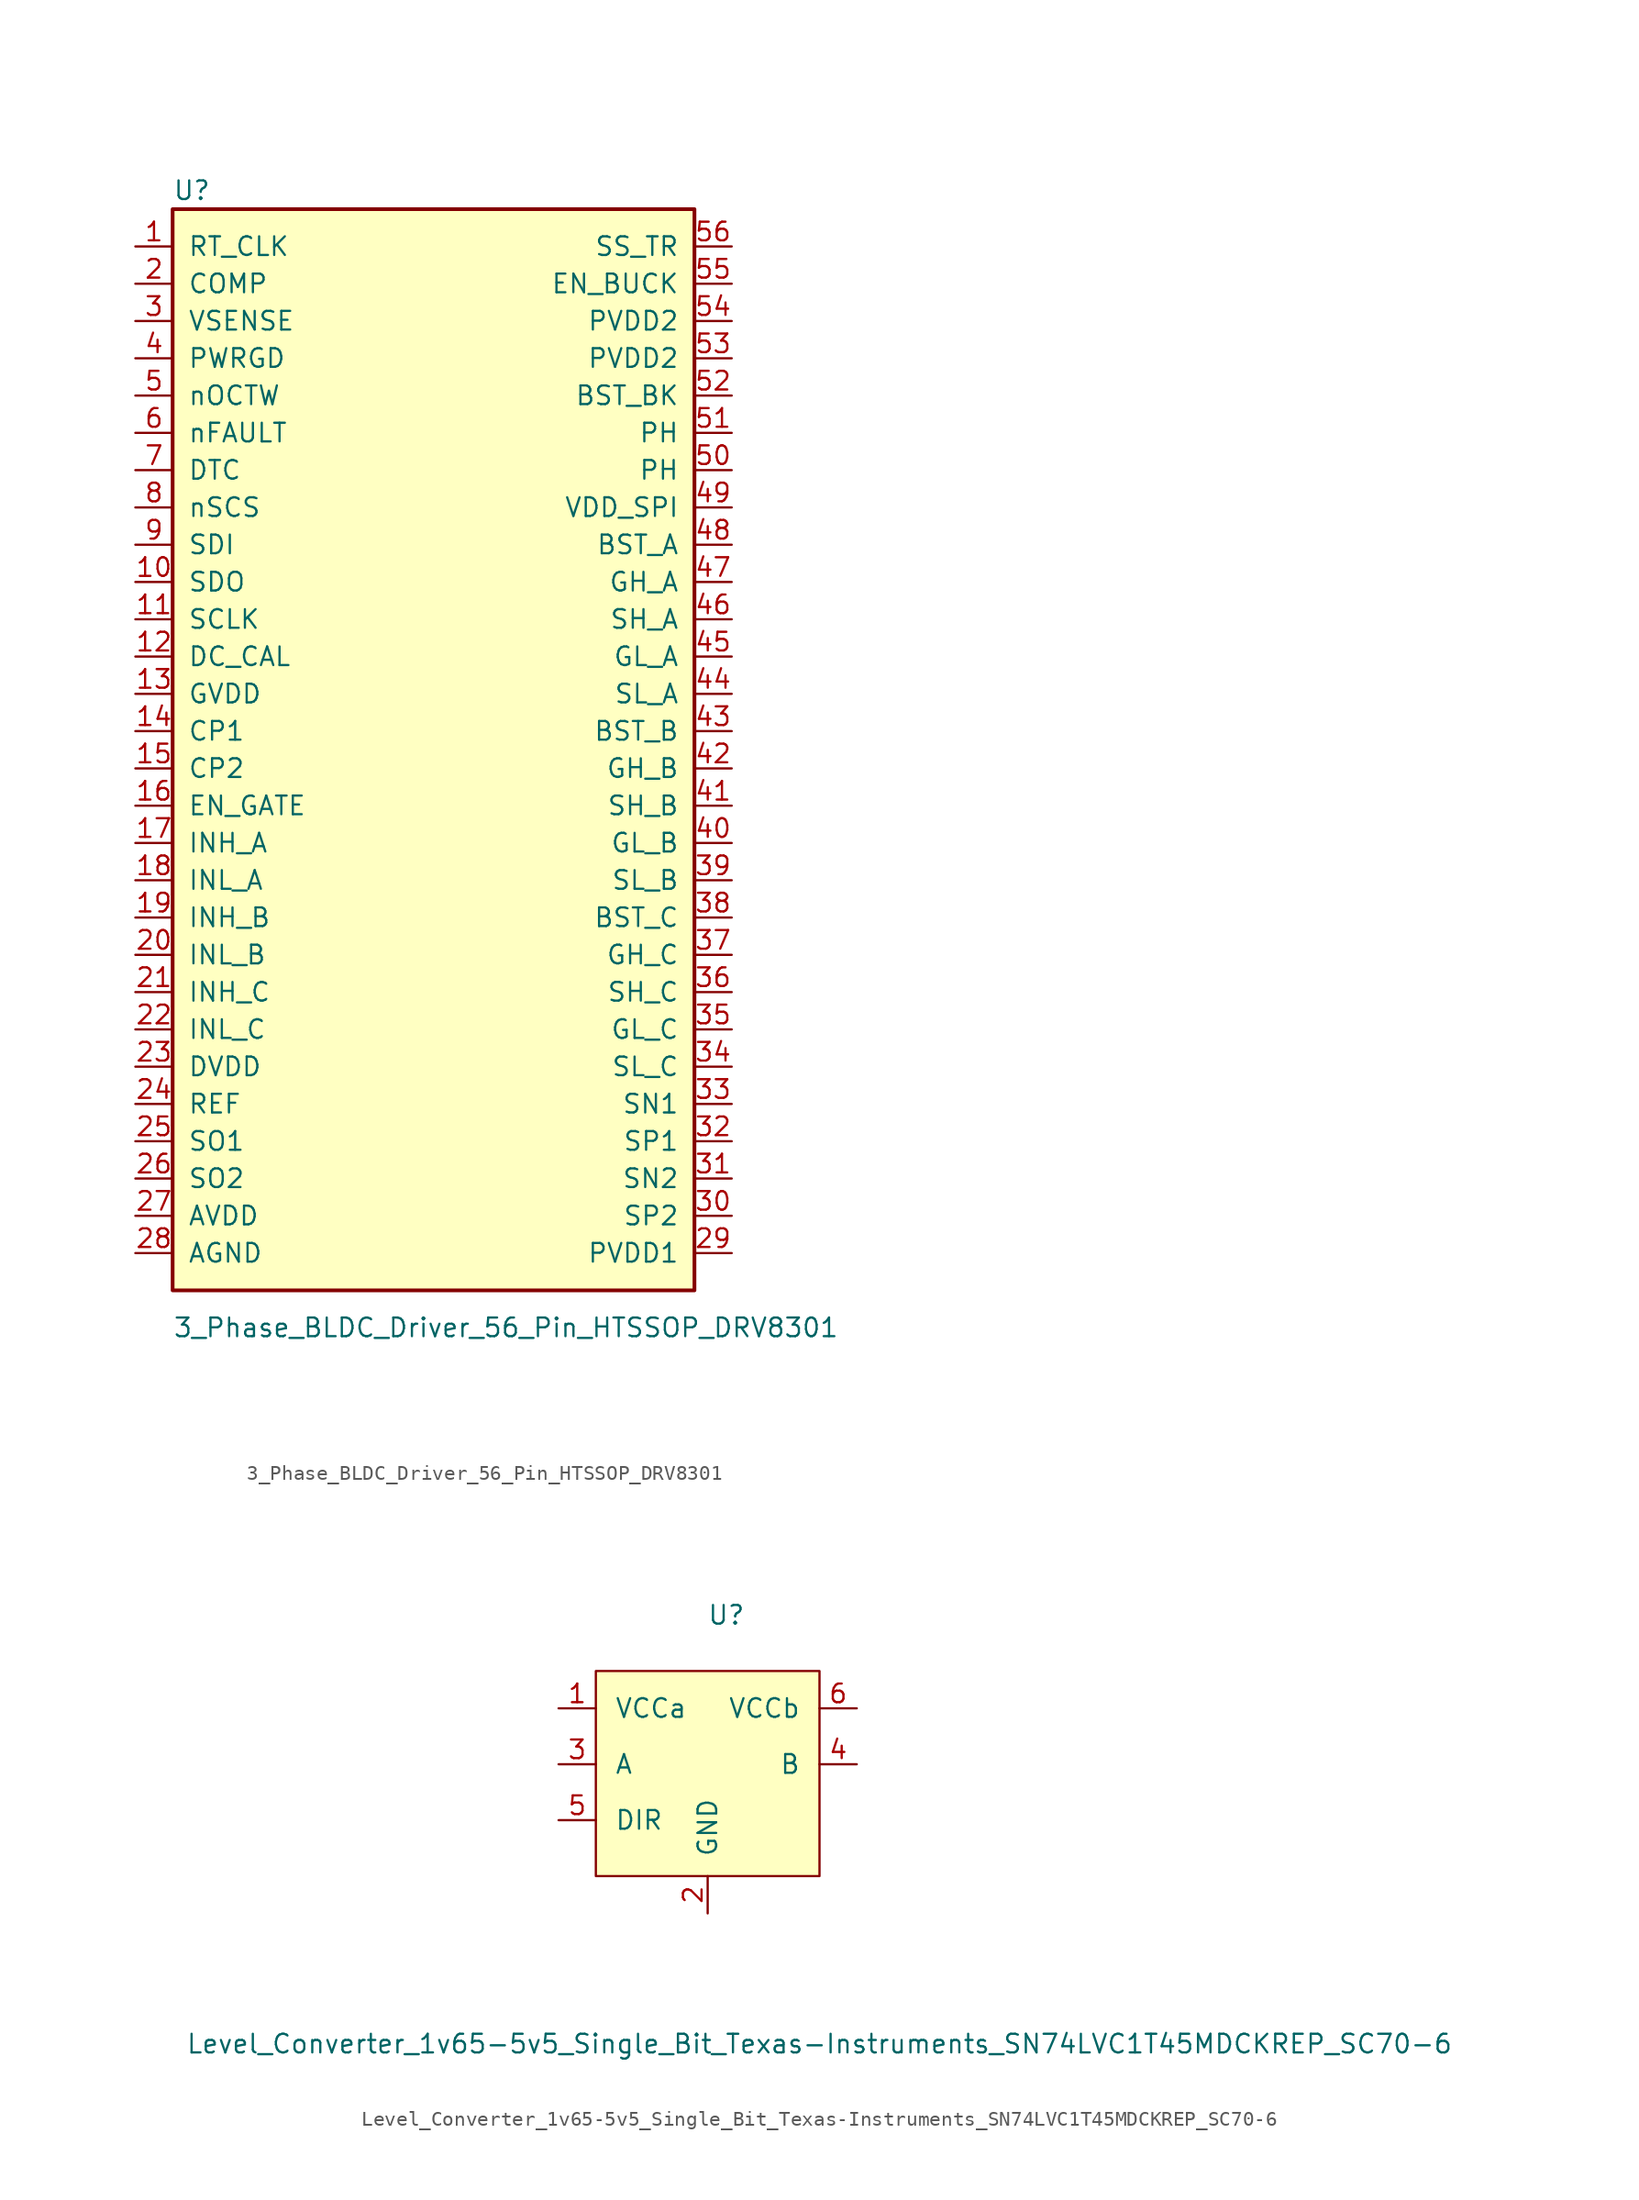
<source format=kicad_sym>
(kicad_symbol_lib
  (version 20211014)
  (generator kicad_symbol_editor)
  (symbol "3_Phase_BLDC_Driver_56_Pin_HTSSOP_DRV8301"
    (pin_names
      (offset 1.016))
    (property "Reference" "U"
      (at -17.78 36.83 0)
      (effects (font (size 1.27 1.27)) (justify left)))
    (property "Value" "3_Phase_BLDC_Driver_56_Pin_HTSSOP_DRV8301"
      (at -17.78 -40.64 0)
      (effects (font (size 1.27 1.27)) (justify left)))
    (symbol "3_Phase_BLDC_Driver_56_Pin_HTSSOP_DRV8301_0_1"
      (rectangle (start -17.78 35.56) (end 17.78 -38.1) (stroke (width 0.254) (type default) (color 0 0 0 0)) (fill (type background))))
    (symbol "3_Phase_BLDC_Driver_56_Pin_HTSSOP_DRV8301_1_1"
      (pin input line (at -20.32 33.02 0) (length 2.54) (name "RT_CLK" (effects (font (size 1.27 1.27)))) (number "1" (effects (font (size 1.27 1.27)))))
      (pin input line (at -20.32 10.16 0) (length 2.54) (name "SDO" (effects (font (size 1.27 1.27)))) (number "10" (effects (font (size 1.27 1.27)))))
      (pin input line (at -20.32 7.62 0) (length 2.54) (name "SCLK" (effects (font (size 1.27 1.27)))) (number "11" (effects (font (size 1.27 1.27)))))
      (pin input line (at -20.32 5.08 0) (length 2.54) (name "DC_CAL" (effects (font (size 1.27 1.27)))) (number "12" (effects (font (size 1.27 1.27)))))
      (pin power_out line (at -20.32 2.54 0) (length 2.54) (name "GVDD" (effects (font (size 1.27 1.27)))) (number "13" (effects (font (size 1.27 1.27)))))
      (pin bidirectional line (at -20.32 0 0) (length 2.54) (name "CP1" (effects (font (size 1.27 1.27)))) (number "14" (effects (font (size 1.27 1.27)))))
      (pin bidirectional line (at -20.32 -2.54 0) (length 2.54) (name "CP2" (effects (font (size 1.27 1.27)))) (number "15" (effects (font (size 1.27 1.27)))))
      (pin input line (at -20.32 -5.08 0) (length 2.54) (name "EN_GATE" (effects (font (size 1.27 1.27)))) (number "16" (effects (font (size 1.27 1.27)))))
      (pin input line (at -20.32 -7.62 0) (length 2.54) (name "INH_A" (effects (font (size 1.27 1.27)))) (number "17" (effects (font (size 1.27 1.27)))))
      (pin input line (at -20.32 -10.16 0) (length 2.54) (name "INL_A" (effects (font (size 1.27 1.27)))) (number "18" (effects (font (size 1.27 1.27)))))
      (pin input line (at -20.32 -12.7 0) (length 2.54) (name "INH_B" (effects (font (size 1.27 1.27)))) (number "19" (effects (font (size 1.27 1.27)))))
      (pin input line (at -20.32 30.48 0) (length 2.54) (name "COMP" (effects (font (size 1.27 1.27)))) (number "2" (effects (font (size 1.27 1.27)))))
      (pin input line (at -20.32 -15.24 0) (length 2.54) (name "INL_B" (effects (font (size 1.27 1.27)))) (number "20" (effects (font (size 1.27 1.27)))))
      (pin input line (at -20.32 -17.78 0) (length 2.54) (name "INH_C" (effects (font (size 1.27 1.27)))) (number "21" (effects (font (size 1.27 1.27)))))
      (pin input line (at -20.32 -20.32 0) (length 2.54) (name "INL_C" (effects (font (size 1.27 1.27)))) (number "22" (effects (font (size 1.27 1.27)))))
      (pin power_out line (at -20.32 -22.86 0) (length 2.54) (name "DVDD" (effects (font (size 1.27 1.27)))) (number "23" (effects (font (size 1.27 1.27)))))
      (pin power_in line (at -20.32 -25.4 0) (length 2.54) (name "REF" (effects (font (size 1.27 1.27)))) (number "24" (effects (font (size 1.27 1.27)))))
      (pin power_in line (at -20.32 -27.94 0) (length 2.54) (name "SO1" (effects (font (size 1.27 1.27)))) (number "25" (effects (font (size 1.27 1.27)))))
      (pin power_in line (at -20.32 -30.48 0) (length 2.54) (name "SO2" (effects (font (size 1.27 1.27)))) (number "26" (effects (font (size 1.27 1.27)))))
      (pin power_in line (at -20.32 -33.02 0) (length 2.54) (name "AVDD" (effects (font (size 1.27 1.27)))) (number "27" (effects (font (size 1.27 1.27)))))
      (pin power_in line (at -20.32 -35.56 0) (length 2.54) (name "AGND" (effects (font (size 1.27 1.27)))) (number "28" (effects (font (size 1.27 1.27)))))
      (pin power_in line (at 20.32 -35.56 180) (length 2.54) (name "PVDD1" (effects (font (size 1.27 1.27)))) (number "29" (effects (font (size 1.27 1.27)))))
      (pin input line (at -20.32 27.94 0) (length 2.54) (name "VSENSE" (effects (font (size 1.27 1.27)))) (number "3" (effects (font (size 1.27 1.27)))))
      (pin input line (at 20.32 -33.02 180) (length 2.54) (name "SP2" (effects (font (size 1.27 1.27)))) (number "30" (effects (font (size 1.27 1.27)))))
      (pin input line (at 20.32 -30.48 180) (length 2.54) (name "SN2" (effects (font (size 1.27 1.27)))) (number "31" (effects (font (size 1.27 1.27)))))
      (pin input line (at 20.32 -27.94 180) (length 2.54) (name "SP1" (effects (font (size 1.27 1.27)))) (number "32" (effects (font (size 1.27 1.27)))))
      (pin input line (at 20.32 -25.4 180) (length 2.54) (name "SN1" (effects (font (size 1.27 1.27)))) (number "33" (effects (font (size 1.27 1.27)))))
      (pin bidirectional line (at 20.32 -22.86 180) (length 2.54) (name "SL_C" (effects (font (size 1.27 1.27)))) (number "34" (effects (font (size 1.27 1.27)))))
      (pin bidirectional line (at 20.32 -20.32 180) (length 2.54) (name "GL_C" (effects (font (size 1.27 1.27)))) (number "35" (effects (font (size 1.27 1.27)))))
      (pin bidirectional line (at 20.32 -17.78 180) (length 2.54) (name "SH_C" (effects (font (size 1.27 1.27)))) (number "36" (effects (font (size 1.27 1.27)))))
      (pin bidirectional line (at 20.32 -15.24 180) (length 2.54) (name "GH_C" (effects (font (size 1.27 1.27)))) (number "37" (effects (font (size 1.27 1.27)))))
      (pin power_out line (at 20.32 -12.7 180) (length 2.54) (name "BST_C" (effects (font (size 1.27 1.27)))) (number "38" (effects (font (size 1.27 1.27)))))
      (pin bidirectional line (at 20.32 -10.16 180) (length 2.54) (name "SL_B" (effects (font (size 1.27 1.27)))) (number "39" (effects (font (size 1.27 1.27)))))
      (pin open_collector line (at -20.32 25.4 0) (length 2.54) (name "PWRGD" (effects (font (size 1.27 1.27)))) (number "4" (effects (font (size 1.27 1.27)))))
      (pin bidirectional line (at 20.32 -7.62 180) (length 2.54) (name "GL_B" (effects (font (size 1.27 1.27)))) (number "40" (effects (font (size 1.27 1.27)))))
      (pin bidirectional line (at 20.32 -5.08 180) (length 2.54) (name "SH_B" (effects (font (size 1.27 1.27)))) (number "41" (effects (font (size 1.27 1.27)))))
      (pin bidirectional line (at 20.32 -2.54 180) (length 2.54) (name "GH_B" (effects (font (size 1.27 1.27)))) (number "42" (effects (font (size 1.27 1.27)))))
      (pin power_out line (at 20.32 0 180) (length 2.54) (name "BST_B" (effects (font (size 1.27 1.27)))) (number "43" (effects (font (size 1.27 1.27)))))
      (pin bidirectional line (at 20.32 2.54 180) (length 2.54) (name "SL_A" (effects (font (size 1.27 1.27)))) (number "44" (effects (font (size 1.27 1.27)))))
      (pin bidirectional line (at 20.32 5.08 180) (length 2.54) (name "GL_A" (effects (font (size 1.27 1.27)))) (number "45" (effects (font (size 1.27 1.27)))))
      (pin bidirectional line (at 20.32 7.62 180) (length 2.54) (name "SH_A" (effects (font (size 1.27 1.27)))) (number "46" (effects (font (size 1.27 1.27)))))
      (pin bidirectional line (at 20.32 10.16 180) (length 2.54) (name "GH_A" (effects (font (size 1.27 1.27)))) (number "47" (effects (font (size 1.27 1.27)))))
      (pin power_out line (at 20.32 12.7 180) (length 2.54) (name "BST_A" (effects (font (size 1.27 1.27)))) (number "48" (effects (font (size 1.27 1.27)))))
      (pin power_in line (at 20.32 15.24 180) (length 2.54) (name "VDD_SPI" (effects (font (size 1.27 1.27)))) (number "49" (effects (font (size 1.27 1.27)))))
      (pin open_collector line (at -20.32 22.86 0) (length 2.54) (name "nOCTW" (effects (font (size 1.27 1.27)))) (number "5" (effects (font (size 1.27 1.27)))))
      (pin power_out line (at 20.32 17.78 180) (length 2.54) (name "PH" (effects (font (size 1.27 1.27)))) (number "50" (effects (font (size 1.27 1.27)))))
      (pin power_out line (at 20.32 20.32 180) (length 2.54) (name "PH" (effects (font (size 1.27 1.27)))) (number "51" (effects (font (size 1.27 1.27)))))
      (pin power_out line (at 20.32 22.86 180) (length 2.54) (name "BST_BK" (effects (font (size 1.27 1.27)))) (number "52" (effects (font (size 1.27 1.27)))))
      (pin power_in line (at 20.32 25.4 180) (length 2.54) (name "PVDD2" (effects (font (size 1.27 1.27)))) (number "53" (effects (font (size 1.27 1.27)))))
      (pin power_in line (at 20.32 27.94 180) (length 2.54) (name "PVDD2" (effects (font (size 1.27 1.27)))) (number "54" (effects (font (size 1.27 1.27)))))
      (pin input line (at 20.32 30.48 180) (length 2.54) (name "EN_BUCK" (effects (font (size 1.27 1.27)))) (number "55" (effects (font (size 1.27 1.27)))))
      (pin power_out line (at 20.32 33.02 180) (length 2.54) (name "SS_TR" (effects (font (size 1.27 1.27)))) (number "56" (effects (font (size 1.27 1.27)))))
      (pin open_collector line (at -20.32 20.32 0) (length 2.54) (name "nFAULT" (effects (font (size 1.27 1.27)))) (number "6" (effects (font (size 1.27 1.27)))))
      (pin input line (at -20.32 17.78 0) (length 2.54) (name "DTC" (effects (font (size 1.27 1.27)))) (number "7" (effects (font (size 1.27 1.27)))))
      (pin power_in line (at -20.32 15.24 0) (length 2.54) (name "nSCS" (effects (font (size 1.27 1.27)))) (number "8" (effects (font (size 1.27 1.27)))))
      (pin input line (at -20.32 12.7 0) (length 2.54) (name "SDI" (effects (font (size 1.27 1.27)))) (number "9" (effects (font (size 1.27 1.27)))))))
  (symbol "Level_Converter_1v65-5v5_Single_Bit_Texas-Instruments_SN74LVC1T45MDCKREP_SC70-6"
    (pin_names
      (offset 1.27))
    (property "Reference" "U"
      (at 1.27 10.16 0)
      (effects (font (size 1.27 1.27))))
    (property "Value" "Level_Converter_1v65-5v5_Single_Bit_Texas-Instruments_SN74LVC1T45MDCKREP_SC70-6"
      (at 7.62 -19.05 0)
      (effects (font (size 1.27 1.27))))
    (symbol "Level_Converter_1v65-5v5_Single_Bit_Texas-Instruments_SN74LVC1T45MDCKREP_SC70-6_0_1"
      (rectangle (start -7.62 -7.62) (end 7.62 6.35) (stroke (width 0) (type default) (color 0 0 0 0)) (fill (type background))))
    (symbol "Level_Converter_1v65-5v5_Single_Bit_Texas-Instruments_SN74LVC1T45MDCKREP_SC70-6_1_1"
      (pin power_out line (at -10.16 3.81 0) (length 2.54) (name "VCCa" (effects (font (size 1.27 1.27)))) (number "1" (effects (font (size 1.27 1.27)))))
      (pin power_out line (at 0 -10.16 90) (length 2.54) (name "GND" (effects (font (size 1.27 1.27)))) (number "2" (effects (font (size 1.27 1.27)))))
      (pin tri_state line (at -10.16 0 0) (length 2.54) (name "A" (effects (font (size 1.27 1.27)))) (number "3" (effects (font (size 1.27 1.27)))))
      (pin tri_state line (at 10.16 0 180) (length 2.54) (name "B" (effects (font (size 1.27 1.27)))) (number "4" (effects (font (size 1.27 1.27)))))
      (pin input line (at -10.16 -3.81 0) (length 2.54) (name "DIR" (effects (font (size 1.27 1.27)))) (number "5" (effects (font (size 1.27 1.27)))))
      (pin power_out line (at 10.16 3.81 180) (length 2.54) (name "VCCb" (effects (font (size 1.27 1.27)))) (number "6" (effects (font (size 1.27 1.27))))))))
</source>
